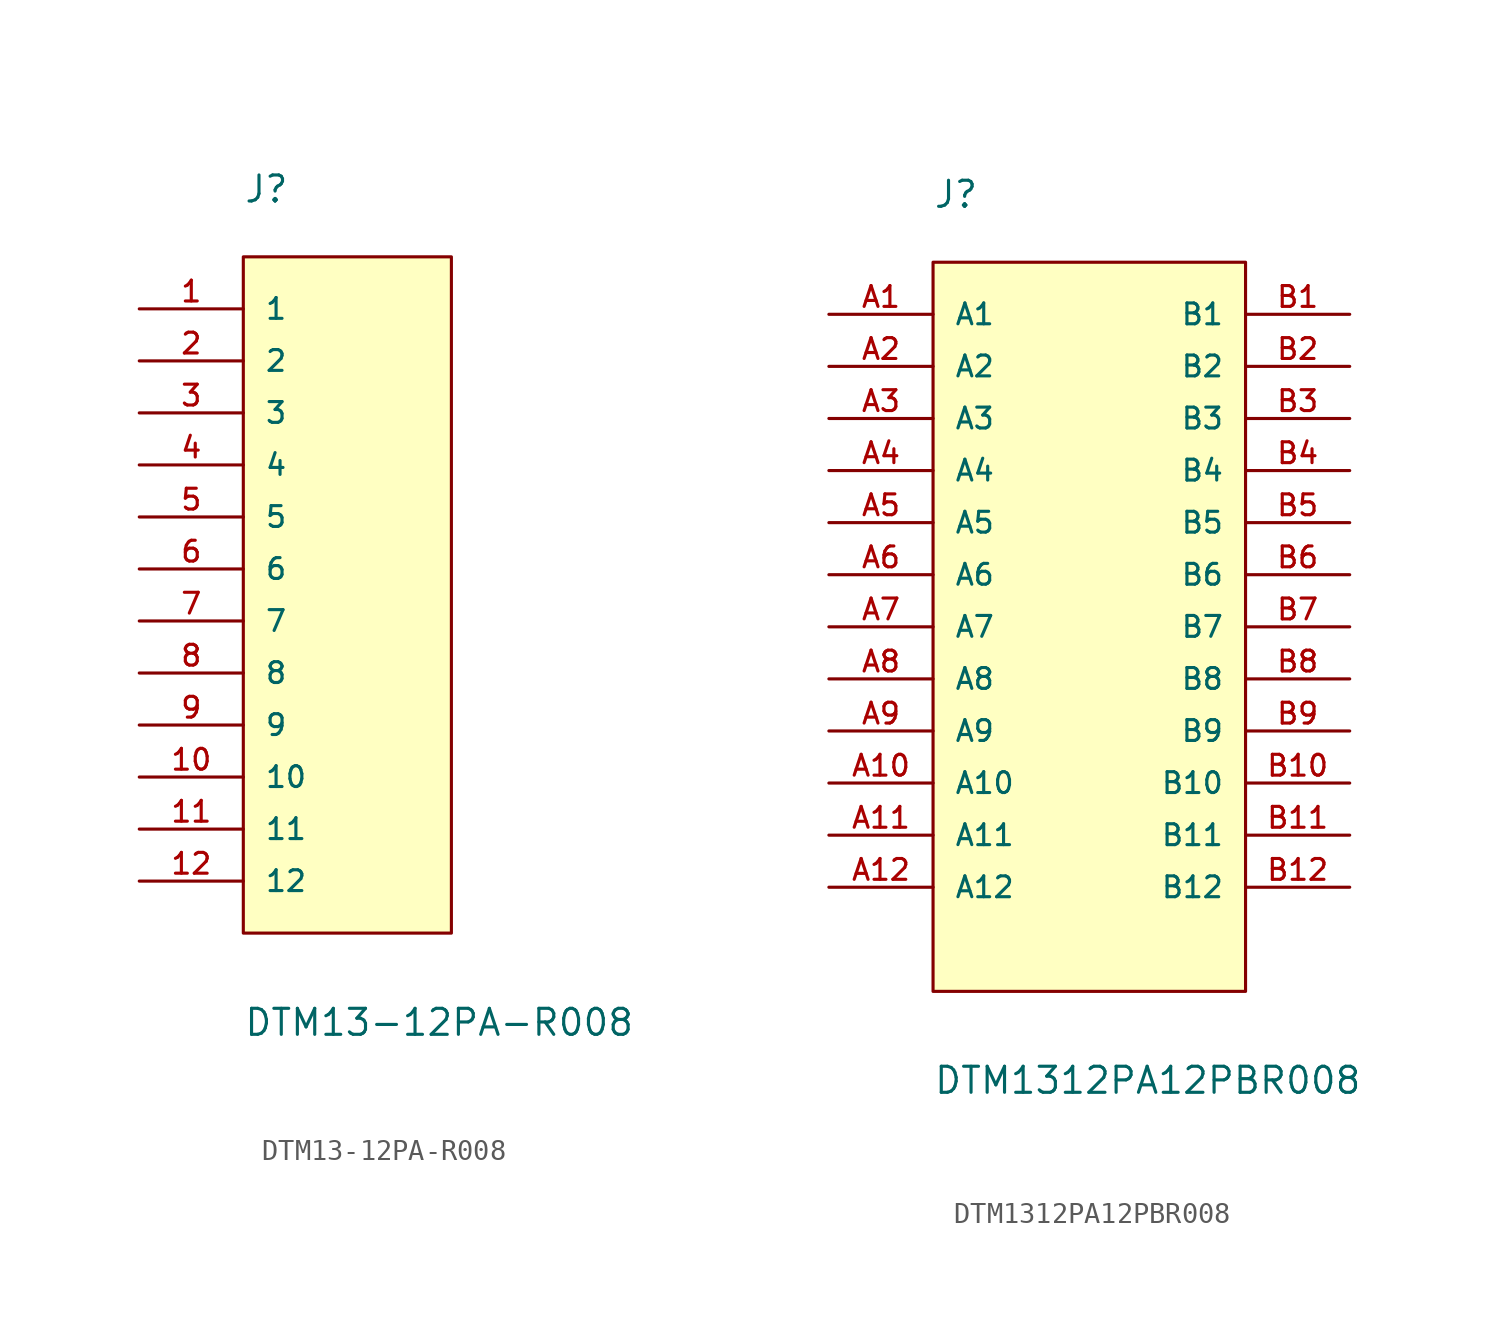
<source format=kicad_sym>
(kicad_symbol_lib
  (version 20231120)
  (generator "kicad_symbol_editor")
  (generator_version "8.0")
  (symbol "DTM13-12PA-R008"
    (pin_names
      (offset 1.016))
    (property "Reference" "J"
      (at -5.08 20.345 0)
      (effects (font (size 1.27 1.27)) (justify left bottom)))
    (property "Value" "DTM13-12PA-R008"
      (at -5.08 -20.345 0)
      (effects (font (size 1.27 1.27)) (justify left bottom)))
    (symbol "DTM13-12PA-R008_0_0"
      (rectangle (start -5.08 -15.24) (end 5.08 17.78) (stroke (width 0.152) (type default)) (fill (type background)))
      (pin passive line (at -10.16 15.24 0) (length 5.08) (name "1" (effects (font (size 1.016 1.016)))) (number "1" (effects (font (size 1.016 1.016)))))
      (pin passive line (at -10.16 -7.62 0) (length 5.08) (name "10" (effects (font (size 1.016 1.016)))) (number "10" (effects (font (size 1.016 1.016)))))
      (pin passive line (at -10.16 -10.16 0) (length 5.08) (name "11" (effects (font (size 1.016 1.016)))) (number "11" (effects (font (size 1.016 1.016)))))
      (pin passive line (at -10.16 -12.7 0) (length 5.08) (name "12" (effects (font (size 1.016 1.016)))) (number "12" (effects (font (size 1.016 1.016)))))
      (pin passive line (at -10.16 12.7 0) (length 5.08) (name "2" (effects (font (size 1.016 1.016)))) (number "2" (effects (font (size 1.016 1.016)))))
      (pin passive line (at -10.16 10.16 0) (length 5.08) (name "3" (effects (font (size 1.016 1.016)))) (number "3" (effects (font (size 1.016 1.016)))))
      (pin passive line (at -10.16 7.62 0) (length 5.08) (name "4" (effects (font (size 1.016 1.016)))) (number "4" (effects (font (size 1.016 1.016)))))
      (pin passive line (at -10.16 5.08 0) (length 5.08) (name "5" (effects (font (size 1.016 1.016)))) (number "5" (effects (font (size 1.016 1.016)))))
      (pin passive line (at -10.16 2.54 0) (length 5.08) (name "6" (effects (font (size 1.016 1.016)))) (number "6" (effects (font (size 1.016 1.016)))))
      (pin passive line (at -10.16 0 0) (length 5.08) (name "7" (effects (font (size 1.016 1.016)))) (number "7" (effects (font (size 1.016 1.016)))))
      (pin passive line (at -10.16 -2.54 0) (length 5.08) (name "8" (effects (font (size 1.016 1.016)))) (number "8" (effects (font (size 1.016 1.016)))))
      (pin passive line (at -10.16 -5.08 0) (length 5.08) (name "9" (effects (font (size 1.016 1.016)))) (number "9" (effects (font (size 1.016 1.016)))))))
  (symbol "DTM1312PA12PBR008"
    (pin_names
      (offset 1.016))
    (property "Reference" "J"
      (at -7.631 17.805 0)
      (effects (font (size 1.27 1.27)) (justify left bottom)))
    (property "Value" "DTM1312PA12PBR008"
      (at -7.621 -25.404 0)
      (effects (font (size 1.27 1.27)) (justify left bottom)))
    (symbol "DTM1312PA12PBR008_0_0"
      (rectangle (start -7.62 -20.32) (end 7.62 15.24) (stroke (width 0.152) (type default)) (fill (type background)))
      (pin passive line (at -12.7 12.7 0) (length 5.08) (name "A1" (effects (font (size 1.016 1.016)))) (number "A1" (effects (font (size 1.016 1.016)))))
      (pin passive line (at -12.7 -10.16 0) (length 5.08) (name "A10" (effects (font (size 1.016 1.016)))) (number "A10" (effects (font (size 1.016 1.016)))))
      (pin passive line (at -12.7 -12.7 0) (length 5.08) (name "A11" (effects (font (size 1.016 1.016)))) (number "A11" (effects (font (size 1.016 1.016)))))
      (pin passive line (at -12.7 -15.24 0) (length 5.08) (name "A12" (effects (font (size 1.016 1.016)))) (number "A12" (effects (font (size 1.016 1.016)))))
      (pin passive line (at -12.7 10.16 0) (length 5.08) (name "A2" (effects (font (size 1.016 1.016)))) (number "A2" (effects (font (size 1.016 1.016)))))
      (pin passive line (at -12.7 7.62 0) (length 5.08) (name "A3" (effects (font (size 1.016 1.016)))) (number "A3" (effects (font (size 1.016 1.016)))))
      (pin passive line (at -12.7 5.08 0) (length 5.08) (name "A4" (effects (font (size 1.016 1.016)))) (number "A4" (effects (font (size 1.016 1.016)))))
      (pin passive line (at -12.7 2.54 0) (length 5.08) (name "A5" (effects (font (size 1.016 1.016)))) (number "A5" (effects (font (size 1.016 1.016)))))
      (pin passive line (at -12.7 0 0) (length 5.08) (name "A6" (effects (font (size 1.016 1.016)))) (number "A6" (effects (font (size 1.016 1.016)))))
      (pin passive line (at -12.7 -2.54 0) (length 5.08) (name "A7" (effects (font (size 1.016 1.016)))) (number "A7" (effects (font (size 1.016 1.016)))))
      (pin passive line (at -12.7 -5.08 0) (length 5.08) (name "A8" (effects (font (size 1.016 1.016)))) (number "A8" (effects (font (size 1.016 1.016)))))
      (pin passive line (at -12.7 -7.62 0) (length 5.08) (name "A9" (effects (font (size 1.016 1.016)))) (number "A9" (effects (font (size 1.016 1.016)))))
      (pin passive line (at 12.7 12.7 180) (length 5.08) (name "B1" (effects (font (size 1.016 1.016)))) (number "B1" (effects (font (size 1.016 1.016)))))
      (pin passive line (at 12.7 -10.16 180) (length 5.08) (name "B10" (effects (font (size 1.016 1.016)))) (number "B10" (effects (font (size 1.016 1.016)))))
      (pin passive line (at 12.7 -12.7 180) (length 5.08) (name "B11" (effects (font (size 1.016 1.016)))) (number "B11" (effects (font (size 1.016 1.016)))))
      (pin passive line (at 12.7 -15.24 180) (length 5.08) (name "B12" (effects (font (size 1.016 1.016)))) (number "B12" (effects (font (size 1.016 1.016)))))
      (pin passive line (at 12.7 10.16 180) (length 5.08) (name "B2" (effects (font (size 1.016 1.016)))) (number "B2" (effects (font (size 1.016 1.016)))))
      (pin passive line (at 12.7 7.62 180) (length 5.08) (name "B3" (effects (font (size 1.016 1.016)))) (number "B3" (effects (font (size 1.016 1.016)))))
      (pin passive line (at 12.7 5.08 180) (length 5.08) (name "B4" (effects (font (size 1.016 1.016)))) (number "B4" (effects (font (size 1.016 1.016)))))
      (pin passive line (at 12.7 2.54 180) (length 5.08) (name "B5" (effects (font (size 1.016 1.016)))) (number "B5" (effects (font (size 1.016 1.016)))))
      (pin passive line (at 12.7 0 180) (length 5.08) (name "B6" (effects (font (size 1.016 1.016)))) (number "B6" (effects (font (size 1.016 1.016)))))
      (pin passive line (at 12.7 -2.54 180) (length 5.08) (name "B7" (effects (font (size 1.016 1.016)))) (number "B7" (effects (font (size 1.016 1.016)))))
      (pin passive line (at 12.7 -5.08 180) (length 5.08) (name "B8" (effects (font (size 1.016 1.016)))) (number "B8" (effects (font (size 1.016 1.016)))))
      (pin passive line (at 12.7 -7.62 180) (length 5.08) (name "B9" (effects (font (size 1.016 1.016)))) (number "B9" (effects (font (size 1.016 1.016))))))))
</source>
